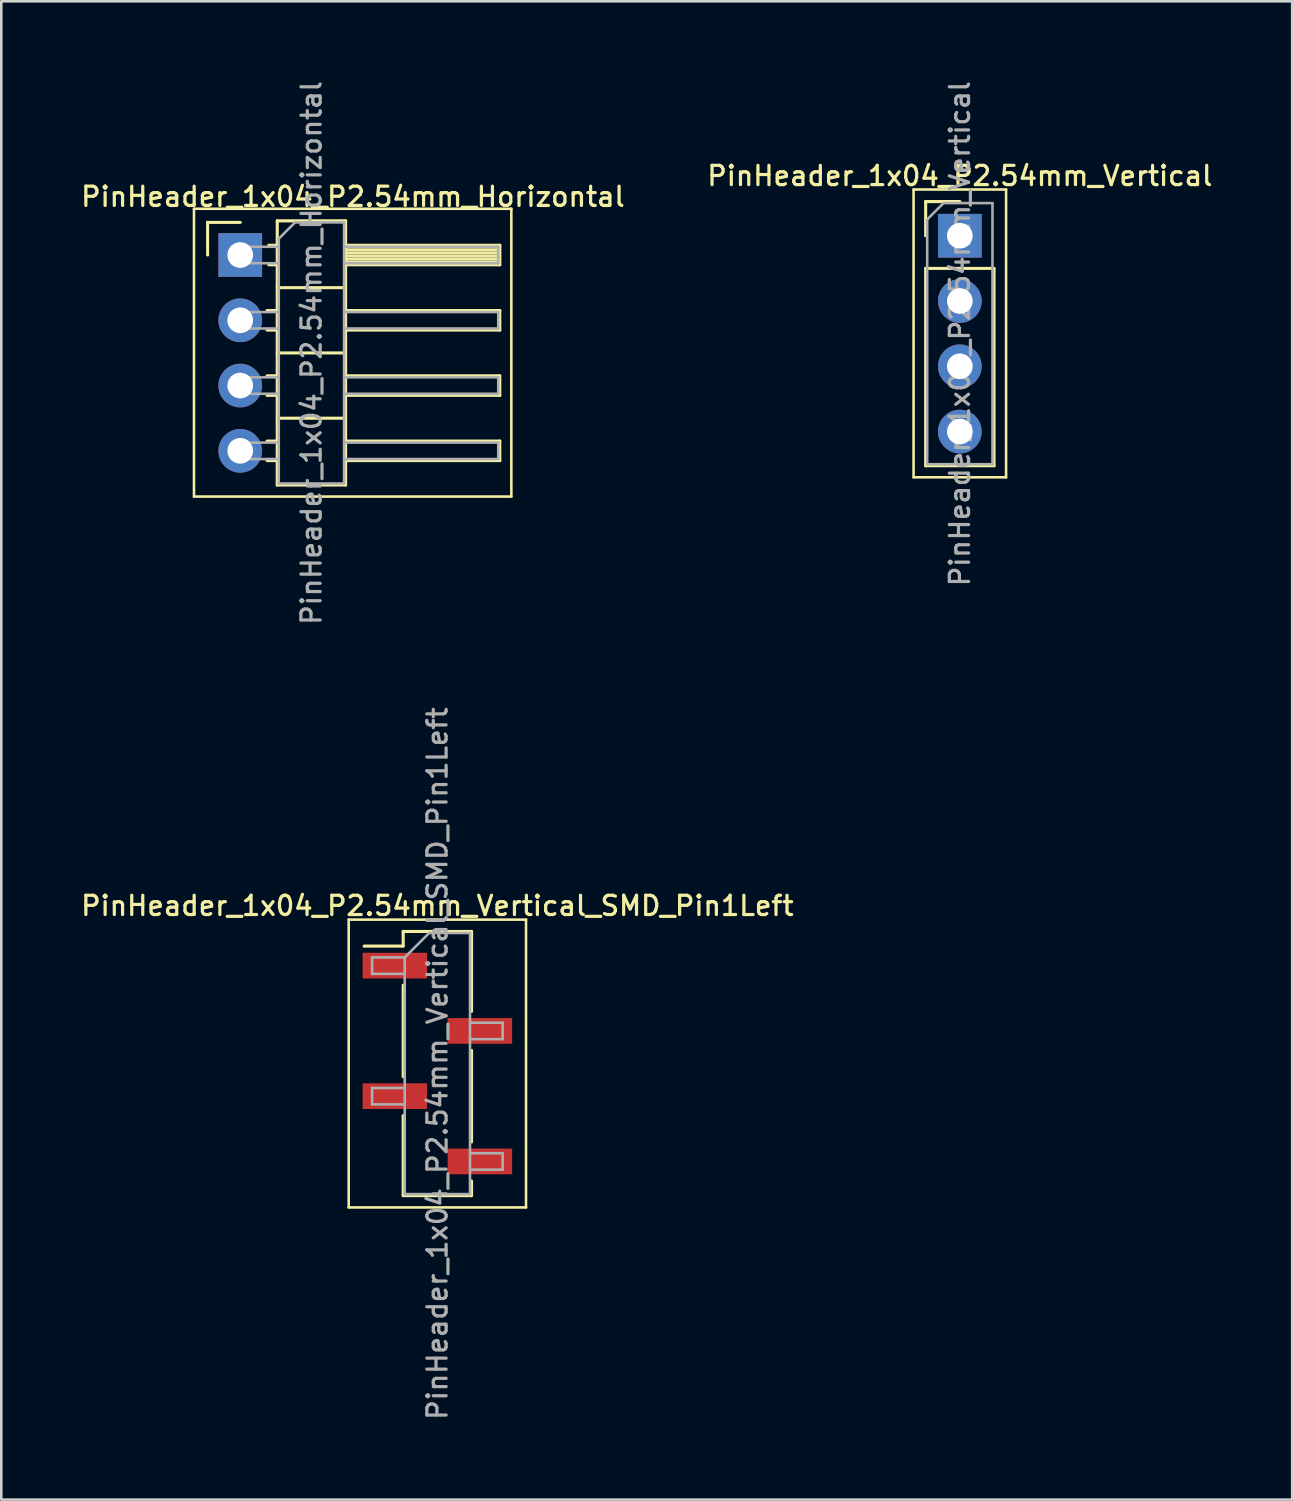
<source format=kicad_pcb>
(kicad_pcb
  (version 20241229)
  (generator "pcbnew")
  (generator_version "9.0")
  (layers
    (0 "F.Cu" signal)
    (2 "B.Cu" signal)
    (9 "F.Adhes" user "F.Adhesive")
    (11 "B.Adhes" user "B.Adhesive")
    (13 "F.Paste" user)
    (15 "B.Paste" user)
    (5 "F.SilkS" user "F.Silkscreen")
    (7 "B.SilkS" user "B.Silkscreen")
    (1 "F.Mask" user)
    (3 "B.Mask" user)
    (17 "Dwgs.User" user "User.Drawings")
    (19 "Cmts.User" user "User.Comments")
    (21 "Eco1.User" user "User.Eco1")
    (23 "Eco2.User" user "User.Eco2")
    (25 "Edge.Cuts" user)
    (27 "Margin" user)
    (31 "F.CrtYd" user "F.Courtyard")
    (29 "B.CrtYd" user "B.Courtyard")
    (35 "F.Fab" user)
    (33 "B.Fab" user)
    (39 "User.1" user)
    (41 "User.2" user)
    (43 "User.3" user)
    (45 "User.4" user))
  (footprint "PinHeader_1x04_P2.54mm_Vertical"
    (layer "F.Cu")
    (at 34.302 6.124)
    (property "Reference" "PinHeader_1x04_P2.54mm_Vertical" (at 0 -2.33 0) (layer "F.SilkS") (effects (font (size 0.75 0.75) (thickness 0.125))))
    (attr through_hole)
    (fp_line (start -1.8 -1.8) (end -1.8 9.4) (stroke (width 0.1) (type solid)) (layer "F.SilkS"))
    (fp_line (start -1.8 9.4) (end 1.8 9.4) (stroke (width 0.1) (type solid)) (layer "F.SilkS"))
    (fp_line (start -1.33 -1.33) (end 0 -1.33) (stroke (width 0.12) (type solid)) (layer "F.SilkS"))
    (fp_line (start -1.33 0) (end -1.33 -1.33) (stroke (width 0.12) (type solid)) (layer "F.SilkS"))
    (fp_line (start -1.33 1.27) (end -1.33 8.95) (stroke (width 0.12) (type solid)) (layer "F.SilkS"))
    (fp_line (start -1.33 1.27) (end 1.33 1.27) (stroke (width 0.12) (type solid)) (layer "F.SilkS"))
    (fp_line (start -1.33 8.95) (end 1.33 8.95) (stroke (width 0.12) (type solid)) (layer "F.SilkS"))
    (fp_line (start 1.33 1.27) (end 1.33 8.95) (stroke (width 0.12) (type solid)) (layer "F.SilkS"))
    (fp_line (start 1.8 -1.8) (end -1.8 -1.8) (stroke (width 0.1) (type solid)) (layer "F.SilkS"))
    (fp_line (start 1.8 9.4) (end 1.8 -1.8) (stroke (width 0.1) (type solid)) (layer "F.SilkS"))
    (fp_line (start -1.27 -0.635) (end -0.635 -1.27) (stroke (width 0.1) (type solid)) (layer "F.Fab"))
    (fp_line (start -1.27 8.89) (end -1.27 -0.635) (stroke (width 0.1) (type solid)) (layer "F.Fab"))
    (fp_line (start -0.635 -1.27) (end 1.27 -1.27) (stroke (width 0.1) (type solid)) (layer "F.Fab"))
    (fp_line (start 1.27 -1.27) (end 1.27 8.89) (stroke (width 0.1) (type solid)) (layer "F.Fab"))
    (fp_line (start 1.27 8.89) (end -1.27 8.89) (stroke (width 0.1) (type solid)) (layer "F.Fab"))
    (fp_text user "${REFERENCE}" (at 0 3.81 90) (layer "F.Fab") (effects (font (size 0.75 0.75) (thickness 0.125))))
    (pad "1" thru_hole rect (at 0 0) (size 1.7 1.7) (drill 1) (layers "*.Cu" "*.Mask"))
    (pad "2" thru_hole oval (at 0 2.54) (size 1.7 1.7) (drill 1) (layers "*.Cu" "*.Mask"))
    (pad "3" thru_hole oval (at 0 5.08) (size 1.7 1.7) (drill 1) (layers "*.Cu" "*.Mask"))
    (pad "4" thru_hole oval (at 0 7.62) (size 1.7 1.7) (drill 1) (layers "*.Cu" "*.Mask")))
  (footprint "PinHeader_1x04_P2.54mm_Horizontal"
    (layer "F.Cu")
    (at 6.299 6.874)
    (property "Reference" "PinHeader_1x04_P2.54mm_Horizontal" (at 4.385 -2.27 0) (layer "F.SilkS") (effects (font (size 0.75 0.75) (thickness 0.125))))
    (attr through_hole)
    (fp_line (start -1.8 -1.8) (end -1.8 9.4) (stroke (width 0.1) (type solid)) (layer "F.SilkS"))
    (fp_line (start -1.8 9.4) (end 10.55 9.4) (stroke (width 0.1) (type solid)) (layer "F.SilkS"))
    (fp_line (start -1.27 -1.27) (end 0 -1.27) (stroke (width 0.12) (type solid)) (layer "F.SilkS"))
    (fp_line (start -1.27 0) (end -1.27 -1.27) (stroke (width 0.12) (type solid)) (layer "F.SilkS"))
    (fp_line (start 1.043 2.16) (end 1.44 2.16) (stroke (width 0.12) (type solid)) (layer "F.SilkS"))
    (fp_line (start 1.043 2.92) (end 1.44 2.92) (stroke (width 0.12) (type solid)) (layer "F.SilkS"))
    (fp_line (start 1.043 4.7) (end 1.44 4.7) (stroke (width 0.12) (type solid)) (layer "F.SilkS"))
    (fp_line (start 1.043 5.46) (end 1.44 5.46) (stroke (width 0.12) (type solid)) (layer "F.SilkS"))
    (fp_line (start 1.043 7.24) (end 1.44 7.24) (stroke (width 0.12) (type solid)) (layer "F.SilkS"))
    (fp_line (start 1.043 8) (end 1.44 8) (stroke (width 0.12) (type solid)) (layer "F.SilkS"))
    (fp_line (start 1.11 -0.38) (end 1.44 -0.38) (stroke (width 0.12) (type solid)) (layer "F.SilkS"))
    (fp_line (start 1.11 0.38) (end 1.44 0.38) (stroke (width 0.12) (type solid)) (layer "F.SilkS"))
    (fp_line (start 1.44 -1.33) (end 1.44 8.95) (stroke (width 0.12) (type solid)) (layer "F.SilkS"))
    (fp_line (start 1.44 1.27) (end 4.1 1.27) (stroke (width 0.12) (type solid)) (layer "F.SilkS"))
    (fp_line (start 1.44 3.81) (end 4.1 3.81) (stroke (width 0.12) (type solid)) (layer "F.SilkS"))
    (fp_line (start 1.44 6.35) (end 4.1 6.35) (stroke (width 0.12) (type solid)) (layer "F.SilkS"))
    (fp_line (start 1.44 8.95) (end 4.1 8.95) (stroke (width 0.12) (type solid)) (layer "F.SilkS"))
    (fp_line (start 4.1 -1.33) (end 1.44 -1.33) (stroke (width 0.12) (type solid)) (layer "F.SilkS"))
    (fp_line (start 4.1 -0.38) (end 10.1 -0.38) (stroke (width 0.12) (type solid)) (layer "F.SilkS"))
    (fp_line (start 4.1 -0.32) (end 10.1 -0.32) (stroke (width 0.12) (type solid)) (layer "F.SilkS"))
    (fp_line (start 4.1 -0.2) (end 10.1 -0.2) (stroke (width 0.12) (type solid)) (layer "F.SilkS"))
    (fp_line (start 4.1 -0.08) (end 10.1 -0.08) (stroke (width 0.12) (type solid)) (layer "F.SilkS"))
    (fp_line (start 4.1 0.04) (end 10.1 0.04) (stroke (width 0.12) (type solid)) (layer "F.SilkS"))
    (fp_line (start 4.1 0.16) (end 10.1 0.16) (stroke (width 0.12) (type solid)) (layer "F.SilkS"))
    (fp_line (start 4.1 0.28) (end 10.1 0.28) (stroke (width 0.12) (type solid)) (layer "F.SilkS"))
    (fp_line (start 4.1 2.16) (end 10.1 2.16) (stroke (width 0.12) (type solid)) (layer "F.SilkS"))
    (fp_line (start 4.1 4.7) (end 10.1 4.7) (stroke (width 0.12) (type solid)) (layer "F.SilkS"))
    (fp_line (start 4.1 7.24) (end 10.1 7.24) (stroke (width 0.12) (type solid)) (layer "F.SilkS"))
    (fp_line (start 4.1 8.95) (end 4.1 -1.33) (stroke (width 0.12) (type solid)) (layer "F.SilkS"))
    (fp_line (start 10.1 -0.38) (end 10.1 0.38) (stroke (width 0.12) (type solid)) (layer "F.SilkS"))
    (fp_line (start 10.1 0.38) (end 4.1 0.38) (stroke (width 0.12) (type solid)) (layer "F.SilkS"))
    (fp_line (start 10.1 2.16) (end 10.1 2.92) (stroke (width 0.12) (type solid)) (layer "F.SilkS"))
    (fp_line (start 10.1 2.92) (end 4.1 2.92) (stroke (width 0.12) (type solid)) (layer "F.SilkS"))
    (fp_line (start 10.1 4.7) (end 10.1 5.46) (stroke (width 0.12) (type solid)) (layer "F.SilkS"))
    (fp_line (start 10.1 5.46) (end 4.1 5.46) (stroke (width 0.12) (type solid)) (layer "F.SilkS"))
    (fp_line (start 10.1 7.24) (end 10.1 8) (stroke (width 0.12) (type solid)) (layer "F.SilkS"))
    (fp_line (start 10.1 8) (end 4.1 8) (stroke (width 0.12) (type solid)) (layer "F.SilkS"))
    (fp_line (start 10.55 -1.8) (end -1.8 -1.8) (stroke (width 0.1) (type solid)) (layer "F.SilkS"))
    (fp_line (start 10.55 9.4) (end 10.55 -1.8) (stroke (width 0.1) (type solid)) (layer "F.SilkS"))
    (fp_line (start -0.32 -0.32) (end -0.32 0.32) (stroke (width 0.1) (type solid)) (layer "F.Fab"))
    (fp_line (start -0.32 -0.32) (end 1.5 -0.32) (stroke (width 0.1) (type solid)) (layer "F.Fab"))
    (fp_line (start -0.32 0.32) (end 1.5 0.32) (stroke (width 0.1) (type solid)) (layer "F.Fab"))
    (fp_line (start -0.32 2.22) (end -0.32 2.86) (stroke (width 0.1) (type solid)) (layer "F.Fab"))
    (fp_line (start -0.32 2.22) (end 1.5 2.22) (stroke (width 0.1) (type solid)) (layer "F.Fab"))
    (fp_line (start -0.32 2.86) (end 1.5 2.86) (stroke (width 0.1) (type solid)) (layer "F.Fab"))
    (fp_line (start -0.32 4.76) (end -0.32 5.4) (stroke (width 0.1) (type solid)) (layer "F.Fab"))
    (fp_line (start -0.32 4.76) (end 1.5 4.76) (stroke (width 0.1) (type solid)) (layer "F.Fab"))
    (fp_line (start -0.32 5.4) (end 1.5 5.4) (stroke (width 0.1) (type solid)) (layer "F.Fab"))
    (fp_line (start -0.32 7.3) (end -0.32 7.94) (stroke (width 0.1) (type solid)) (layer "F.Fab"))
    (fp_line (start -0.32 7.3) (end 1.5 7.3) (stroke (width 0.1) (type solid)) (layer "F.Fab"))
    (fp_line (start -0.32 7.94) (end 1.5 7.94) (stroke (width 0.1) (type solid)) (layer "F.Fab"))
    (fp_line (start 1.5 -0.635) (end 2.135 -1.27) (stroke (width 0.1) (type solid)) (layer "F.Fab"))
    (fp_line (start 1.5 8.89) (end 1.5 -0.635) (stroke (width 0.1) (type solid)) (layer "F.Fab"))
    (fp_line (start 2.135 -1.27) (end 4.04 -1.27) (stroke (width 0.1) (type solid)) (layer "F.Fab"))
    (fp_line (start 4.04 -1.27) (end 4.04 8.89) (stroke (width 0.1) (type solid)) (layer "F.Fab"))
    (fp_line (start 4.04 -0.32) (end 10.04 -0.32) (stroke (width 0.1) (type solid)) (layer "F.Fab"))
    (fp_line (start 4.04 0.32) (end 10.04 0.32) (stroke (width 0.1) (type solid)) (layer "F.Fab"))
    (fp_line (start 4.04 2.22) (end 10.04 2.22) (stroke (width 0.1) (type solid)) (layer "F.Fab"))
    (fp_line (start 4.04 2.86) (end 10.04 2.86) (stroke (width 0.1) (type solid)) (layer "F.Fab"))
    (fp_line (start 4.04 4.76) (end 10.04 4.76) (stroke (width 0.1) (type solid)) (layer "F.Fab"))
    (fp_line (start 4.04 5.4) (end 10.04 5.4) (stroke (width 0.1) (type solid)) (layer "F.Fab"))
    (fp_line (start 4.04 7.3) (end 10.04 7.3) (stroke (width 0.1) (type solid)) (layer "F.Fab"))
    (fp_line (start 4.04 7.94) (end 10.04 7.94) (stroke (width 0.1) (type solid)) (layer "F.Fab"))
    (fp_line (start 4.04 8.89) (end 1.5 8.89) (stroke (width 0.1) (type solid)) (layer "F.Fab"))
    (fp_line (start 10.04 -0.32) (end 10.04 0.32) (stroke (width 0.1) (type solid)) (layer "F.Fab"))
    (fp_line (start 10.04 2.22) (end 10.04 2.86) (stroke (width 0.1) (type solid)) (layer "F.Fab"))
    (fp_line (start 10.04 4.76) (end 10.04 5.4) (stroke (width 0.1) (type solid)) (layer "F.Fab"))
    (fp_line (start 10.04 7.3) (end 10.04 7.94) (stroke (width 0.1) (type solid)) (layer "F.Fab"))
    (fp_text user "${REFERENCE}" (at 2.77 3.81 90) (layer "F.Fab") (effects (font (size 0.75 0.75) (thickness 0.125))))
    (pad "1" thru_hole rect (at 0 0) (size 1.7 1.7) (drill 1) (layers "*.Cu" "*.Mask"))
    (pad "2" thru_hole oval (at 0 2.54) (size 1.7 1.7) (drill 1) (layers "*.Cu" "*.Mask"))
    (pad "3" thru_hole oval (at 0 5.08) (size 1.7 1.7) (drill 1) (layers "*.Cu" "*.Mask"))
    (pad "4" thru_hole oval (at 0 7.62) (size 1.7 1.7) (drill 1) (layers "*.Cu" "*.Mask")))
  (footprint "PinHeader_1x04_P2.54mm_Vertical_SMD_Pin1Left"
    (layer "F.Cu")
    (at 13.97 38.338)
    (property "Reference" "PinHeader_1x04_P2.54mm_Vertical_SMD_Pin1Left" (at 0 -6.14 0) (layer "F.SilkS") (effects (font (size 0.75 0.75) (thickness 0.125))))
    (attr smd)
    (fp_line (start -3.45 -5.6) (end -3.45 5.6) (stroke (width 0.1) (type solid)) (layer "F.SilkS"))
    (fp_line (start -3.45 5.6) (end 3.45 5.6) (stroke (width 0.1) (type solid)) (layer "F.SilkS"))
    (fp_line (start -1.33 -5.14) (end -1.33 -4.57) (stroke (width 0.12) (type solid)) (layer "F.SilkS"))
    (fp_line (start -1.33 -5.14) (end 1.33 -5.14) (stroke (width 0.12) (type solid)) (layer "F.SilkS"))
    (fp_line (start -1.33 -4.57) (end -2.85 -4.57) (stroke (width 0.12) (type solid)) (layer "F.SilkS"))
    (fp_line (start -1.33 -3.05) (end -1.33 0.51) (stroke (width 0.12) (type solid)) (layer "F.SilkS"))
    (fp_line (start -1.33 2.03) (end -1.33 5.14) (stroke (width 0.12) (type solid)) (layer "F.SilkS"))
    (fp_line (start -1.33 5.14) (end 1.33 5.14) (stroke (width 0.12) (type solid)) (layer "F.SilkS"))
    (fp_line (start 1.33 -5.14) (end 1.33 -2.03) (stroke (width 0.12) (type solid)) (layer "F.SilkS"))
    (fp_line (start 1.33 -0.51) (end 1.33 3.05) (stroke (width 0.12) (type solid)) (layer "F.SilkS"))
    (fp_line (start 1.33 4.57) (end 1.33 5.14) (stroke (width 0.12) (type solid)) (layer "F.SilkS"))
    (fp_line (start 3.45 -5.6) (end -3.45 -5.6) (stroke (width 0.1) (type solid)) (layer "F.SilkS"))
    (fp_line (start 3.45 5.6) (end 3.45 -5.6) (stroke (width 0.1) (type solid)) (layer "F.SilkS"))
    (fp_line (start -2.54 -4.13) (end -2.54 -3.49) (stroke (width 0.1) (type solid)) (layer "F.Fab"))
    (fp_line (start -2.54 -3.49) (end -1.27 -3.49) (stroke (width 0.1) (type solid)) (layer "F.Fab"))
    (fp_line (start -2.54 0.95) (end -2.54 1.59) (stroke (width 0.1) (type solid)) (layer "F.Fab"))
    (fp_line (start -2.54 1.59) (end -1.27 1.59) (stroke (width 0.1) (type solid)) (layer "F.Fab"))
    (fp_line (start -1.27 -4.13) (end -2.54 -4.13) (stroke (width 0.1) (type solid)) (layer "F.Fab"))
    (fp_line (start -1.27 -4.13) (end -0.32 -5.08) (stroke (width 0.1) (type solid)) (layer "F.Fab"))
    (fp_line (start -1.27 0.95) (end -2.54 0.95) (stroke (width 0.1) (type solid)) (layer "F.Fab"))
    (fp_line (start -1.27 5.08) (end -1.27 -4.13) (stroke (width 0.1) (type solid)) (layer "F.Fab"))
    (fp_line (start -0.32 -5.08) (end 1.27 -5.08) (stroke (width 0.1) (type solid)) (layer "F.Fab"))
    (fp_line (start 1.27 -5.08) (end 1.27 5.08) (stroke (width 0.1) (type solid)) (layer "F.Fab"))
    (fp_line (start 1.27 -1.59) (end 2.54 -1.59) (stroke (width 0.1) (type solid)) (layer "F.Fab"))
    (fp_line (start 1.27 3.49) (end 2.54 3.49) (stroke (width 0.1) (type solid)) (layer "F.Fab"))
    (fp_line (start 1.27 5.08) (end -1.27 5.08) (stroke (width 0.1) (type solid)) (layer "F.Fab"))
    (fp_line (start 2.54 -1.59) (end 2.54 -0.95) (stroke (width 0.1) (type solid)) (layer "F.Fab"))
    (fp_line (start 2.54 -0.95) (end 1.27 -0.95) (stroke (width 0.1) (type solid)) (layer "F.Fab"))
    (fp_line (start 2.54 3.49) (end 2.54 4.13) (stroke (width 0.1) (type solid)) (layer "F.Fab"))
    (fp_line (start 2.54 4.13) (end 1.27 4.13) (stroke (width 0.1) (type solid)) (layer "F.Fab"))
    (fp_text user "${REFERENCE}" (at 0 0 90) (layer "F.Fab") (effects (font (size 0.75 0.75) (thickness 0.125))))
    (pad "1" smd rect (at -1.655 -3.81) (size 2.51 1) (layers "F.Cu" "F.Mask" "F.Paste"))
    (pad "2" smd rect (at 1.655 -1.27) (size 2.51 1) (layers "F.Cu" "F.Mask" "F.Paste"))
    (pad "3" smd rect (at -1.655 1.27) (size 2.51 1) (layers "F.Cu" "F.Mask" "F.Paste"))
    (pad "4" smd rect (at 1.655 3.81) (size 2.51 1) (layers "F.Cu" "F.Mask" "F.Paste")))
  (gr_rect
    (start -3 -3)
    (end 47.236 55.307)
    (stroke (width 0.1) (type default))
    (fill no)
    (layer "Edge.Cuts")))
</source>
